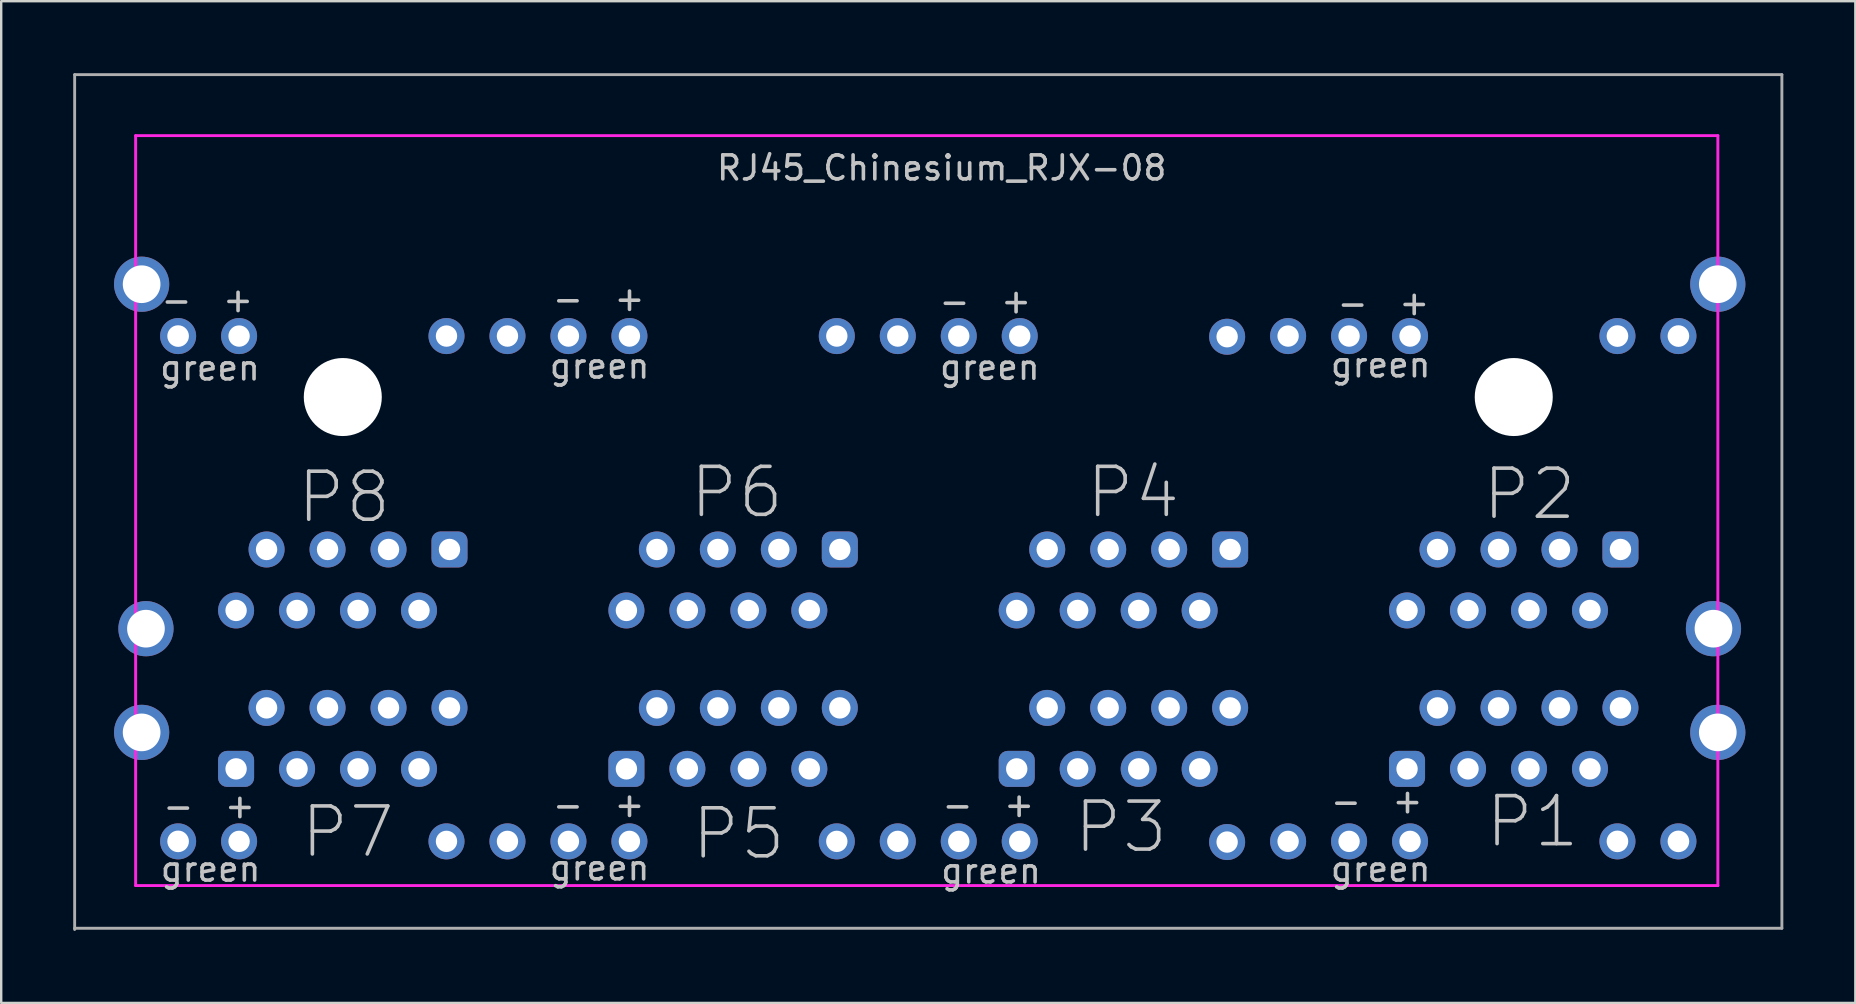
<source format=kicad_pcb>
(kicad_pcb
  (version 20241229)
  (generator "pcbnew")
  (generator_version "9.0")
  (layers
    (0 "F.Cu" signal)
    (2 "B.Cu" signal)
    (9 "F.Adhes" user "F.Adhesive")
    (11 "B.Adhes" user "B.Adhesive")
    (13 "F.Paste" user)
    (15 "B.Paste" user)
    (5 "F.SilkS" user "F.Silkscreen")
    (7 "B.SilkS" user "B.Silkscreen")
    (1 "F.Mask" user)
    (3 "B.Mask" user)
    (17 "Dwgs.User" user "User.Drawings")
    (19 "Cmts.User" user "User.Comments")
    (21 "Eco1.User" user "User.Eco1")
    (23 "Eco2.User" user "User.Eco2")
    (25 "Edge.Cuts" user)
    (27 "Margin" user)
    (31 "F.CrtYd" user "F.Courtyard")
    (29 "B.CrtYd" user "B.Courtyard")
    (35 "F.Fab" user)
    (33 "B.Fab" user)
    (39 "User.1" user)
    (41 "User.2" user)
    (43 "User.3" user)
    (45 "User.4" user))
  (footprint "RJ45_Chinesium_RJX-08"
    (layer "F.Cu")
    (at 2.6 2.6)
    (property "Reference" "RJ45_Chinesium_RJX-08" (at 33.579 1.346 0) (layer "Dwgs.User") (effects (font (size 1 1) (thickness 0.15))))
    (attr through_hole)
    (fp_line (start 0 0) (end 0 31.24) (stroke (width 0.12) (type solid)) (layer "Eco1.User"))
    (fp_line (start 0 31.24) (end 65.91 31.24) (stroke (width 0.12) (type solid)) (layer "Eco1.User"))
    (fp_line (start 65.91 0) (end 0 0) (stroke (width 0.12) (type solid)) (layer "Eco1.User"))
    (fp_line (start 65.91 31.23) (end 65.91 0) (stroke (width 0.12) (type solid)) (layer "Eco1.User"))
    (fp_line (start 0 0) (end 65.913 0) (stroke (width 0.12) (type solid)) (layer "F.CrtYd"))
    (fp_line (start 0 31.242) (end 0 0) (stroke (width 0.12) (type solid)) (layer "F.CrtYd"))
    (fp_line (start 65.913 0) (end 65.913 31.242) (stroke (width 0.12) (type solid)) (layer "F.CrtYd"))
    (fp_line (start 65.913 31.242) (end 0 31.242) (stroke (width 0.12) (type solid)) (layer "F.CrtYd"))
    (fp_line (start -2.54 -2.54) (end 68.58 -2.54) (stroke (width 0.12) (type solid)) (layer "F.Fab"))
    (fp_line (start -2.54 33.071) (end -2.54 -2.54) (stroke (width 0.12) (type solid)) (layer "F.Fab"))
    (fp_line (start 68.58 -2.54) (end 68.58 33.02) (stroke (width 0.12) (type solid)) (layer "F.Fab"))
    (fp_line (start 68.58 33.02) (end -2.54 33.02) (stroke (width 0.12) (type solid)) (layer "F.Fab"))
    (fp_text user "+" (at 36.678 6.883 0) (layer "Dwgs.User") (effects (font (size 1 1) (thickness 0.15))))
    (fp_text user "green" (at 19.329 30.505 0) (layer "Dwgs.User") (effects (font (size 1 1) (thickness 0.15))))
    (fp_text user "+" (at 36.805 27.864 0) (layer "Dwgs.User") (effects (font (size 1 1) (thickness 0.15))))
    (fp_text user "-" (at 18.009 6.807 0) (layer "Dwgs.User") (effects (font (size 1 1) (thickness 0.15))))
    (fp_text user "-" (at 1.702 6.858 0) (layer "Dwgs.User") (effects (font (size 1 1) (thickness 0.15))))
    (fp_text user "-" (at 34.239 27.889 0) (layer "Dwgs.User") (effects (font (size 1 1) (thickness 0.15))))
    (fp_text user "green" (at 35.585 9.652 0) (layer "Dwgs.User") (effects (font (size 1 1) (thickness 0.15))))
    (fp_text user "+" (at 52.984 27.711 0) (layer "Dwgs.User") (effects (font (size 1 1) (thickness 0.15))))
    (fp_text user "+" (at 20.574 6.782 0) (layer "Dwgs.User") (effects (font (size 1 1) (thickness 0.15))))
    (fp_text user "green" (at 3.124 30.556 0) (layer "Dwgs.User") (effects (font (size 1 1) (thickness 0.15))))
    (fp_text user "P4" (at 41.554 14.859 0) (layer "Dwgs.User") (effects (font (size 2 2) (thickness 0.15))))
    (fp_text user "green" (at 51.867 30.556 0) (layer "Dwgs.User") (effects (font (size 1 1) (thickness 0.15))))
    (fp_text user "P8" (at 8.687 15.062 0) (layer "Dwgs.User") (effects (font (size 2 2) (thickness 0.15))))
    (fp_text user "-" (at 1.778 27.94 0) (layer "Dwgs.User") (effects (font (size 1 1) (thickness 0.15))))
    (fp_text user "+" (at 53.264 6.96 0) (layer "Dwgs.User") (effects (font (size 1 1) (thickness 0.15))))
    (fp_text user "green" (at 51.867 9.55 0) (layer "Dwgs.User") (effects (font (size 1 1) (thickness 0.15))))
    (fp_text user "P2" (at 58.064 14.935 0) (layer "Dwgs.User") (effects (font (size 2 2) (thickness 0.15))))
    (fp_text user "P3" (at 41.046 28.804 0) (layer "Dwgs.User") (effects (font (size 2 2) (thickness 0.15))))
    (fp_text user "P7" (at 8.839 29.007 0) (layer "Dwgs.User") (effects (font (size 2 2) (thickness 0.15))))
    (fp_text user "-" (at 18.009 27.889 0) (layer "Dwgs.User") (effects (font (size 1 1) (thickness 0.15))))
    (fp_text user "+" (at 4.267 6.833 0) (layer "Dwgs.User") (effects (font (size 1 1) (thickness 0.15))))
    (fp_text user "-" (at 50.698 6.985 0) (layer "Dwgs.User") (effects (font (size 1 1) (thickness 0.15))))
    (fp_text user "green" (at 35.636 30.632 0) (layer "Dwgs.User") (effects (font (size 1 1) (thickness 0.15))))
    (fp_text user "+" (at 4.343 27.915 0) (layer "Dwgs.User") (effects (font (size 1 1) (thickness 0.15))))
    (fp_text user "+" (at 20.574 27.864 0) (layer "Dwgs.User") (effects (font (size 1 1) (thickness 0.15))))
    (fp_text user "P1" (at 58.191 28.575 0) (layer "Dwgs.User") (effects (font (size 2 2) (thickness 0.15))))
    (fp_text user "-" (at 50.419 27.737 0) (layer "Dwgs.User") (effects (font (size 1 1) (thickness 0.15))))
    (fp_text user "green" (at 19.329 9.601 0) (layer "Dwgs.User") (effects (font (size 1 1) (thickness 0.15))))
    (fp_text user "green" (at 3.099 9.677 0) (layer "Dwgs.User") (effects (font (size 1 1) (thickness 0.15))))
    (fp_text user "-" (at 34.112 6.909 0) (layer "Dwgs.User") (effects (font (size 1 1) (thickness 0.15))))
    (fp_text user "P6" (at 25.044 14.859 0) (layer "Dwgs.User") (effects (font (size 2 2) (thickness 0.15))))
    (fp_text user "P5" (at 25.121 29.083 0) (layer "Dwgs.User") (effects (font (size 2 2) (thickness 0.15))))
    (pad "" np_thru_hole circle (at 8.63 10.89 180) (size 3.25 3.25) (drill 3.25) (layers "*.Cu" "*.Mask"))
    (pad "" np_thru_hole circle (at 57.41 10.89 180) (size 3.25 3.25) (drill 3.25) (layers "*.Cu" "*.Mask"))
    (pad "1" thru_hole roundrect (at 52.965 26.38 180) (size 1.5 1.5) (drill 0.89) (layers "*.Cu" "*.Mask") (roundrect_rratio 0.25))
    (pad "2" thru_hole circle (at 54.235 23.84 180) (size 1.5 1.5) (drill 0.89) (layers "*.Cu" "*.Mask"))
    (pad "3" thru_hole circle (at 55.505 26.38 180) (size 1.5 1.5) (drill 0.89) (layers "*.Cu" "*.Mask"))
    (pad "4" thru_hole circle (at 56.775 23.84 180) (size 1.5 1.5) (drill 0.89) (layers "*.Cu" "*.Mask"))
    (pad "5" thru_hole circle (at 58.045 26.38 180) (size 1.5 1.5) (drill 0.89) (layers "*.Cu" "*.Mask"))
    (pad "6" thru_hole circle (at 59.315 23.84 180) (size 1.5 1.5) (drill 0.89) (layers "*.Cu" "*.Mask"))
    (pad "7" thru_hole circle (at 60.585 26.38 180) (size 1.5 1.5) (drill 0.89) (layers "*.Cu" "*.Mask"))
    (pad "8" thru_hole circle (at 61.855 23.84 180) (size 1.5 1.5) (drill 0.89) (layers "*.Cu" "*.Mask"))
    (pad "9" thru_hole circle (at 50.55 29.4 180) (size 1.5 1.5) (drill 0.89) (layers "*.Cu" "*.Mask"))
    (pad "10" thru_hole circle (at 53.09 29.4 180) (size 1.5 1.5) (drill 0.89) (layers "*.Cu" "*.Mask"))
    (pad "11" thru_hole circle (at 61.73 29.4 180) (size 1.5 1.5) (drill 0.9) (layers "*.Cu" "*.Mask"))
    (pad "12" thru_hole circle (at 64.27 29.4 180) (size 1.5 1.5) (drill 0.9) (layers "*.Cu" "*.Mask"))
    (pad "13" thru_hole roundrect (at 61.855 17.24 180) (size 1.5 1.5) (drill 0.89) (layers "*.Cu" "*.Mask") (roundrect_rratio 0.25))
    (pad "14" thru_hole circle (at 60.585 19.78 180) (size 1.5 1.5) (drill 0.89) (layers "*.Cu" "*.Mask"))
    (pad "15" thru_hole circle (at 59.315 17.24 180) (size 1.5 1.5) (drill 0.89) (layers "*.Cu" "*.Mask"))
    (pad "16" thru_hole circle (at 58.045 19.78 180) (size 1.5 1.5) (drill 0.89) (layers "*.Cu" "*.Mask"))
    (pad "17" thru_hole circle (at 56.775 17.24 180) (size 1.5 1.5) (drill 0.89) (layers "*.Cu" "*.Mask"))
    (pad "18" thru_hole circle (at 55.505 19.78 180) (size 1.5 1.5) (drill 0.89) (layers "*.Cu" "*.Mask"))
    (pad "19" thru_hole circle (at 54.235 17.24 180) (size 1.5 1.5) (drill 0.89) (layers "*.Cu" "*.Mask"))
    (pad "20" thru_hole circle (at 52.965 19.78 180) (size 1.5 1.5) (drill 0.89) (layers "*.Cu" "*.Mask"))
    (pad "21" thru_hole circle (at 50.55 8.35 180) (size 1.5 1.5) (drill 0.89) (layers "*.Cu" "*.Mask"))
    (pad "22" thru_hole circle (at 53.09 8.35 180) (size 1.5 1.5) (drill 0.89) (layers "*.Cu" "*.Mask"))
    (pad "23" thru_hole circle (at 61.73 8.35 180) (size 1.5 1.5) (drill 0.9) (layers "*.Cu" "*.Mask"))
    (pad "24" thru_hole circle (at 64.27 8.35 180) (size 1.5 1.5) (drill 0.9) (layers "*.Cu" "*.Mask"))
    (pad "25" thru_hole roundrect (at 36.705 26.38 180) (size 1.5 1.5) (drill 0.89) (layers "*.Cu" "*.Mask") (roundrect_rratio 0.25))
    (pad "26" thru_hole circle (at 37.975 23.84 180) (size 1.5 1.5) (drill 0.89) (layers "*.Cu" "*.Mask"))
    (pad "27" thru_hole circle (at 39.245 26.38 180) (size 1.5 1.5) (drill 0.89) (layers "*.Cu" "*.Mask"))
    (pad "28" thru_hole circle (at 40.515 23.84 180) (size 1.5 1.5) (drill 0.89) (layers "*.Cu" "*.Mask"))
    (pad "29" thru_hole circle (at 41.785 26.38 180) (size 1.5 1.5) (drill 0.89) (layers "*.Cu" "*.Mask"))
    (pad "30" thru_hole circle (at 43.055 23.84 180) (size 1.5 1.5) (drill 0.89) (layers "*.Cu" "*.Mask"))
    (pad "31" thru_hole circle (at 44.325 26.38 180) (size 1.5 1.5) (drill 0.89) (layers "*.Cu" "*.Mask"))
    (pad "32" thru_hole circle (at 45.595 23.84 180) (size 1.5 1.5) (drill 0.89) (layers "*.Cu" "*.Mask"))
    (pad "33" thru_hole circle (at 34.29 29.4 180) (size 1.5 1.5) (drill 0.89) (layers "*.Cu" "*.Mask"))
    (pad "34" thru_hole circle (at 36.83 29.4 180) (size 1.5 1.5) (drill 0.89) (layers "*.Cu" "*.Mask"))
    (pad "35" thru_hole circle (at 45.47 29.428 180) (size 1.5 1.5) (drill 0.89) (layers "*.Cu" "*.Mask"))
    (pad "36" thru_hole circle (at 48.01 29.4 180) (size 1.5 1.5) (drill 0.89) (layers "*.Cu" "*.Mask"))
    (pad "37" thru_hole roundrect (at 45.595 17.24 180) (size 1.5 1.5) (drill 0.89) (layers "*.Cu" "*.Mask") (roundrect_rratio 0.25))
    (pad "38" thru_hole circle (at 44.325 19.78 180) (size 1.5 1.5) (drill 0.89) (layers "*.Cu" "*.Mask"))
    (pad "39" thru_hole circle (at 43.055 17.24 180) (size 1.5 1.5) (drill 0.89) (layers "*.Cu" "*.Mask"))
    (pad "40" thru_hole circle (at 41.785 19.78 180) (size 1.5 1.5) (drill 0.89) (layers "*.Cu" "*.Mask"))
    (pad "41" thru_hole circle (at 40.515 17.24 180) (size 1.5 1.5) (drill 0.89) (layers "*.Cu" "*.Mask"))
    (pad "42" thru_hole circle (at 39.245 19.78 180) (size 1.5 1.5) (drill 0.89) (layers "*.Cu" "*.Mask"))
    (pad "43" thru_hole circle (at 37.975 17.24 180) (size 1.5 1.5) (drill 0.89) (layers "*.Cu" "*.Mask"))
    (pad "44" thru_hole circle (at 36.705 19.78 180) (size 1.5 1.5) (drill 0.89) (layers "*.Cu" "*.Mask"))
    (pad "45" thru_hole circle (at 34.29 8.35 180) (size 1.5 1.5) (drill 0.89) (layers "*.Cu" "*.Mask"))
    (pad "46" thru_hole circle (at 36.83 8.35 180) (size 1.5 1.5) (drill 0.89) (layers "*.Cu" "*.Mask"))
    (pad "47" thru_hole circle (at 45.47 8.378 180) (size 1.5 1.5) (drill 0.89) (layers "*.Cu" "*.Mask"))
    (pad "48" thru_hole circle (at 48.01 8.35 180) (size 1.5 1.5) (drill 0.89) (layers "*.Cu" "*.Mask"))
    (pad "49" thru_hole roundrect (at 20.445 26.38 180) (size 1.5 1.5) (drill 0.89) (layers "*.Cu" "*.Mask") (roundrect_rratio 0.25))
    (pad "50" thru_hole circle (at 21.715 23.84 180) (size 1.5 1.5) (drill 0.89) (layers "*.Cu" "*.Mask"))
    (pad "51" thru_hole circle (at 22.985 26.38 180) (size 1.5 1.5) (drill 0.89) (layers "*.Cu" "*.Mask"))
    (pad "52" thru_hole circle (at 24.255 23.84 180) (size 1.5 1.5) (drill 0.89) (layers "*.Cu" "*.Mask"))
    (pad "53" thru_hole circle (at 25.525 26.38 180) (size 1.5 1.5) (drill 0.89) (layers "*.Cu" "*.Mask"))
    (pad "54" thru_hole circle (at 26.795 23.84 180) (size 1.5 1.5) (drill 0.89) (layers "*.Cu" "*.Mask"))
    (pad "55" thru_hole circle (at 28.065 26.38 180) (size 1.5 1.5) (drill 0.89) (layers "*.Cu" "*.Mask"))
    (pad "56" thru_hole circle (at 29.335 23.84 180) (size 1.5 1.5) (drill 0.89) (layers "*.Cu" "*.Mask"))
    (pad "57" thru_hole circle (at 18.03 29.4 180) (size 1.5 1.5) (drill 0.89) (layers "*.Cu" "*.Mask"))
    (pad "58" thru_hole circle (at 20.57 29.4 180) (size 1.5 1.5) (drill 0.89) (layers "*.Cu" "*.Mask"))
    (pad "59" thru_hole circle (at 29.21 29.4 180) (size 1.5 1.5) (drill 0.89) (layers "*.Cu" "*.Mask"))
    (pad "60" thru_hole circle (at 31.75 29.4 180) (size 1.5 1.5) (drill 0.89) (layers "*.Cu" "*.Mask"))
    (pad "61" thru_hole roundrect (at 29.335 17.24 180) (size 1.5 1.5) (drill 0.89) (layers "*.Cu" "*.Mask") (roundrect_rratio 0.25))
    (pad "62" thru_hole circle (at 28.065 19.78 180) (size 1.5 1.5) (drill 0.89) (layers "*.Cu" "*.Mask"))
    (pad "63" thru_hole circle (at 26.795 17.24 180) (size 1.5 1.5) (drill 0.89) (layers "*.Cu" "*.Mask"))
    (pad "64" thru_hole circle (at 25.525 19.78 180) (size 1.5 1.5) (drill 0.89) (layers "*.Cu" "*.Mask"))
    (pad "65" thru_hole circle (at 24.255 17.24 180) (size 1.5 1.5) (drill 0.89) (layers "*.Cu" "*.Mask"))
    (pad "66" thru_hole circle (at 22.985 19.78 180) (size 1.5 1.5) (drill 0.89) (layers "*.Cu" "*.Mask"))
    (pad "67" thru_hole circle (at 21.715 17.24 180) (size 1.5 1.5) (drill 0.89) (layers "*.Cu" "*.Mask"))
    (pad "68" thru_hole circle (at 20.445 19.78 180) (size 1.5 1.5) (drill 0.89) (layers "*.Cu" "*.Mask"))
    (pad "69" thru_hole circle (at 18.03 8.35 180) (size 1.5 1.5) (drill 0.89) (layers "*.Cu" "*.Mask"))
    (pad "70" thru_hole circle (at 20.57 8.35 180) (size 1.5 1.5) (drill 0.89) (layers "*.Cu" "*.Mask"))
    (pad "71" thru_hole circle (at 29.21 8.35 180) (size 1.5 1.5) (drill 0.89) (layers "*.Cu" "*.Mask"))
    (pad "72" thru_hole circle (at 31.75 8.35 180) (size 1.5 1.5) (drill 0.89) (layers "*.Cu" "*.Mask"))
    (pad "73" thru_hole roundrect (at 4.185 26.38 180) (size 1.5 1.5) (drill 0.89) (layers "*.Cu" "*.Mask") (roundrect_rratio 0.25))
    (pad "74" thru_hole circle (at 5.455 23.84 180) (size 1.5 1.5) (drill 0.89) (layers "*.Cu" "*.Mask"))
    (pad "75" thru_hole circle (at 6.725 26.38 180) (size 1.5 1.5) (drill 0.89) (layers "*.Cu" "*.Mask"))
    (pad "76" thru_hole circle (at 7.995 23.84 180) (size 1.5 1.5) (drill 0.89) (layers "*.Cu" "*.Mask"))
    (pad "77" thru_hole circle (at 9.265 26.38 180) (size 1.5 1.5) (drill 0.89) (layers "*.Cu" "*.Mask"))
    (pad "78" thru_hole circle (at 10.535 23.84 180) (size 1.5 1.5) (drill 0.89) (layers "*.Cu" "*.Mask"))
    (pad "79" thru_hole circle (at 11.805 26.38 180) (size 1.5 1.5) (drill 0.89) (layers "*.Cu" "*.Mask"))
    (pad "80" thru_hole circle (at 13.075 23.84 180) (size 1.5 1.5) (drill 0.89) (layers "*.Cu" "*.Mask"))
    (pad "81" thru_hole circle (at 1.77 29.4 180) (size 1.5 1.5) (drill 0.9) (layers "*.Cu" "*.Mask"))
    (pad "82" thru_hole circle (at 4.31 29.4 180) (size 1.5 1.5) (drill 0.89) (layers "*.Cu" "*.Mask"))
    (pad "83" thru_hole circle (at 12.95 29.4 180) (size 1.5 1.5) (drill 0.89) (layers "*.Cu" "*.Mask"))
    (pad "84" thru_hole circle (at 15.49 29.4 180) (size 1.5 1.5) (drill 0.89) (layers "*.Cu" "*.Mask"))
    (pad "85" thru_hole roundrect (at 13.075 17.24 180) (size 1.5 1.5) (drill 0.89) (layers "*.Cu" "*.Mask") (roundrect_rratio 0.25))
    (pad "86" thru_hole circle (at 11.805 19.78 180) (size 1.5 1.5) (drill 0.89) (layers "*.Cu" "*.Mask"))
    (pad "87" thru_hole circle (at 10.535 17.24 180) (size 1.5 1.5) (drill 0.89) (layers "*.Cu" "*.Mask"))
    (pad "88" thru_hole circle (at 9.265 19.78 180) (size 1.5 1.5) (drill 0.89) (layers "*.Cu" "*.Mask"))
    (pad "89" thru_hole circle (at 7.995 17.24 180) (size 1.5 1.5) (drill 0.89) (layers "*.Cu" "*.Mask"))
    (pad "90" thru_hole circle (at 6.725 19.78 180) (size 1.5 1.5) (drill 0.89) (layers "*.Cu" "*.Mask"))
    (pad "91" thru_hole circle (at 5.455 17.24 180) (size 1.5 1.5) (drill 0.89) (layers "*.Cu" "*.Mask"))
    (pad "92" thru_hole circle (at 4.185 19.78 180) (size 1.5 1.5) (drill 0.89) (layers "*.Cu" "*.Mask"))
    (pad "93" thru_hole circle (at 1.77 8.35 180) (size 1.5 1.5) (drill 0.9) (layers "*.Cu" "*.Mask"))
    (pad "94" thru_hole circle (at 4.31 8.35 180) (size 1.5 1.5) (drill 0.89) (layers "*.Cu" "*.Mask"))
    (pad "95" thru_hole circle (at 12.95 8.35 180) (size 1.5 1.5) (drill 0.89) (layers "*.Cu" "*.Mask"))
    (pad "96" thru_hole circle (at 15.49 8.35 180) (size 1.5 1.5) (drill 0.89) (layers "*.Cu" "*.Mask"))
    (pad "SH" thru_hole circle (at 0.25 6.19 180) (size 2.3 2.3) (drill 1.57) (layers "*.Cu" "*.Mask"))
    (pad "SH" thru_hole circle (at 0.25 24.86 180) (size 2.3 2.3) (drill 1.57) (layers "*.Cu" "*.Mask"))
    (pad "SH" thru_hole circle (at 0.43 20.54 180) (size 2.3 2.3) (drill 1.57) (layers "*.Cu" "*.Mask"))
    (pad "SH" thru_hole circle (at 65.73 20.54 180) (size 2.3 2.3) (drill 1.57) (layers "*.Cu" "*.Mask"))
    (pad "SH" thru_hole circle (at 65.91 6.19 180) (size 2.3 2.3) (drill 1.57) (layers "*.Cu" "*.Mask"))
    (pad "SH" thru_hole circle (at 65.91 24.86 180) (size 2.3 2.3) (drill 1.57) (layers "*.Cu" "*.Mask")))
  (gr_rect
    (start -3 -3)
    (end 74.24 38.731)
    (stroke (width 0.1) (type default))
    (fill no)
    (layer "Edge.Cuts")))
</source>
